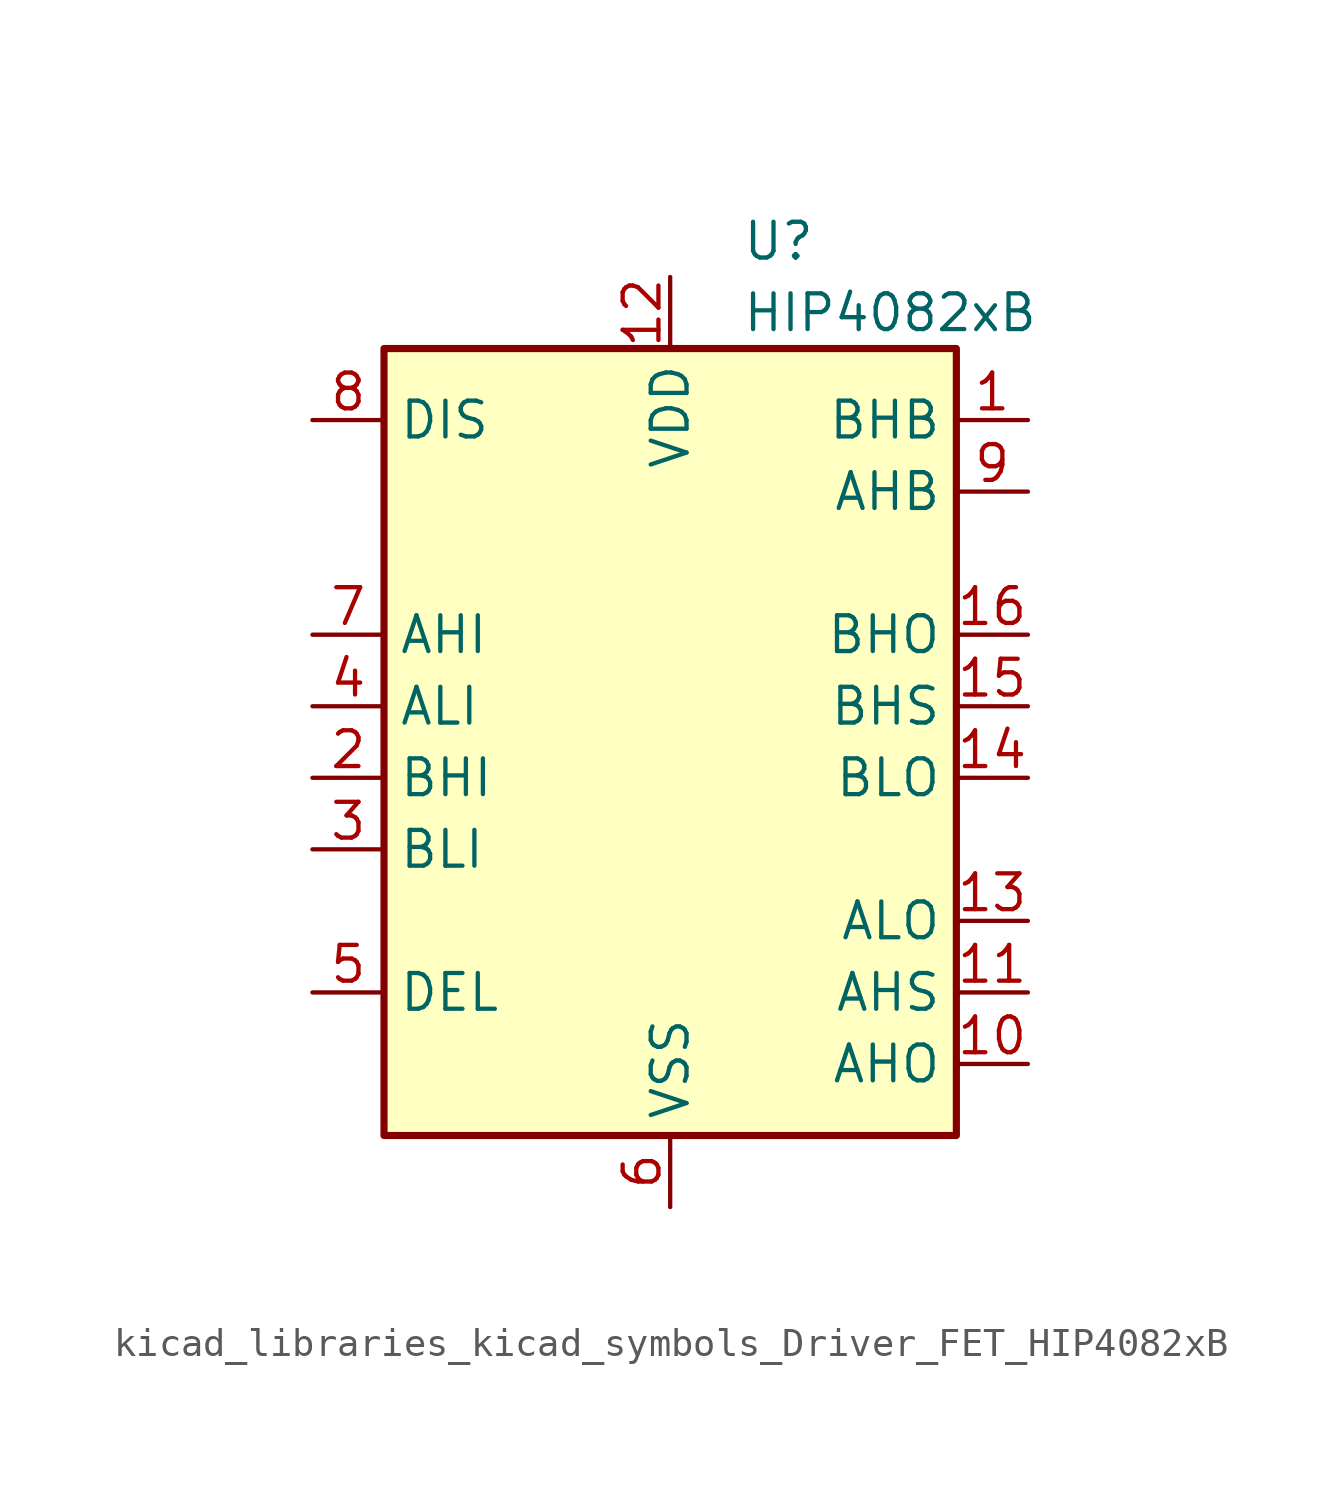
<source format=kicad_sym>
(kicad_symbol_lib
  (version 20220914)
  (generator kicad_symbol_editor)
  (symbol "kicad_libraries_kicad_symbols_Driver_FET_HIP4082xB"
    (property "Reference" "U"
      (at 2.54 16.51 0)
      (effects (font (size 1.27 1.27)) (justify left)))
    (property "Value" "HIP4082xB"
      (at 2.54 13.97 0)
      (effects (font (size 1.27 1.27)) (justify left)))
    (symbol "kicad_libraries_kicad_symbols_Driver_FET_HIP4082xB_0_0"
      (pin passive line (at -12.7 -10.16 0) (length 2.54) (name "DEL" (effects (font (size 1.27 1.27)))) (number "5" (effects (font (size 1.27 1.27))))))
    (symbol "kicad_libraries_kicad_symbols_Driver_FET_HIP4082xB_1_1"
      (rectangle (start -10.16 -15.24) (end 10.16 12.7) (stroke (width 0.254) (type default)) (fill (type background)))
      (pin input line (at 12.7 10.16 180) (length 2.54) (name "BHB" (effects (font (size 1.27 1.27)))) (number "1" (effects (font (size 1.27 1.27)))))
      (pin output line (at 12.7 -12.7 180) (length 2.54) (name "AHO" (effects (font (size 1.27 1.27)))) (number "10" (effects (font (size 1.27 1.27)))))
      (pin passive line (at 12.7 -10.16 180) (length 2.54) (name "AHS" (effects (font (size 1.27 1.27)))) (number "11" (effects (font (size 1.27 1.27)))))
      (pin power_in line (at 0 15.24 270) (length 2.54) (name "VDD" (effects (font (size 1.27 1.27)))) (number "12" (effects (font (size 1.27 1.27)))))
      (pin output line (at 12.7 -7.62 180) (length 2.54) (name "ALO" (effects (font (size 1.27 1.27)))) (number "13" (effects (font (size 1.27 1.27)))))
      (pin output line (at 12.7 -2.54 180) (length 2.54) (name "BLO" (effects (font (size 1.27 1.27)))) (number "14" (effects (font (size 1.27 1.27)))))
      (pin passive line (at 12.7 0 180) (length 2.54) (name "BHS" (effects (font (size 1.27 1.27)))) (number "15" (effects (font (size 1.27 1.27)))))
      (pin output line (at 12.7 2.54 180) (length 2.54) (name "BHO" (effects (font (size 1.27 1.27)))) (number "16" (effects (font (size 1.27 1.27)))))
      (pin input line (at -12.7 -2.54 0) (length 2.54) (name "BHI" (effects (font (size 1.27 1.27)))) (number "2" (effects (font (size 1.27 1.27)))))
      (pin input line (at -12.7 -5.08 0) (length 2.54) (name "BLI" (effects (font (size 1.27 1.27)))) (number "3" (effects (font (size 1.27 1.27)))))
      (pin input line (at -12.7 0 0) (length 2.54) (name "ALI" (effects (font (size 1.27 1.27)))) (number "4" (effects (font (size 1.27 1.27)))))
      (pin power_in line (at 0 -17.78 90) (length 2.54) (name "VSS" (effects (font (size 1.27 1.27)))) (number "6" (effects (font (size 1.27 1.27)))))
      (pin input line (at -12.7 2.54 0) (length 2.54) (name "AHI" (effects (font (size 1.27 1.27)))) (number "7" (effects (font (size 1.27 1.27)))))
      (pin input line (at -12.7 10.16 0) (length 2.54) (name "DIS" (effects (font (size 1.27 1.27)))) (number "8" (effects (font (size 1.27 1.27)))))
      (pin input line (at 12.7 7.62 180) (length 2.54) (name "AHB" (effects (font (size 1.27 1.27)))) (number "9" (effects (font (size 1.27 1.27))))))))
</source>
